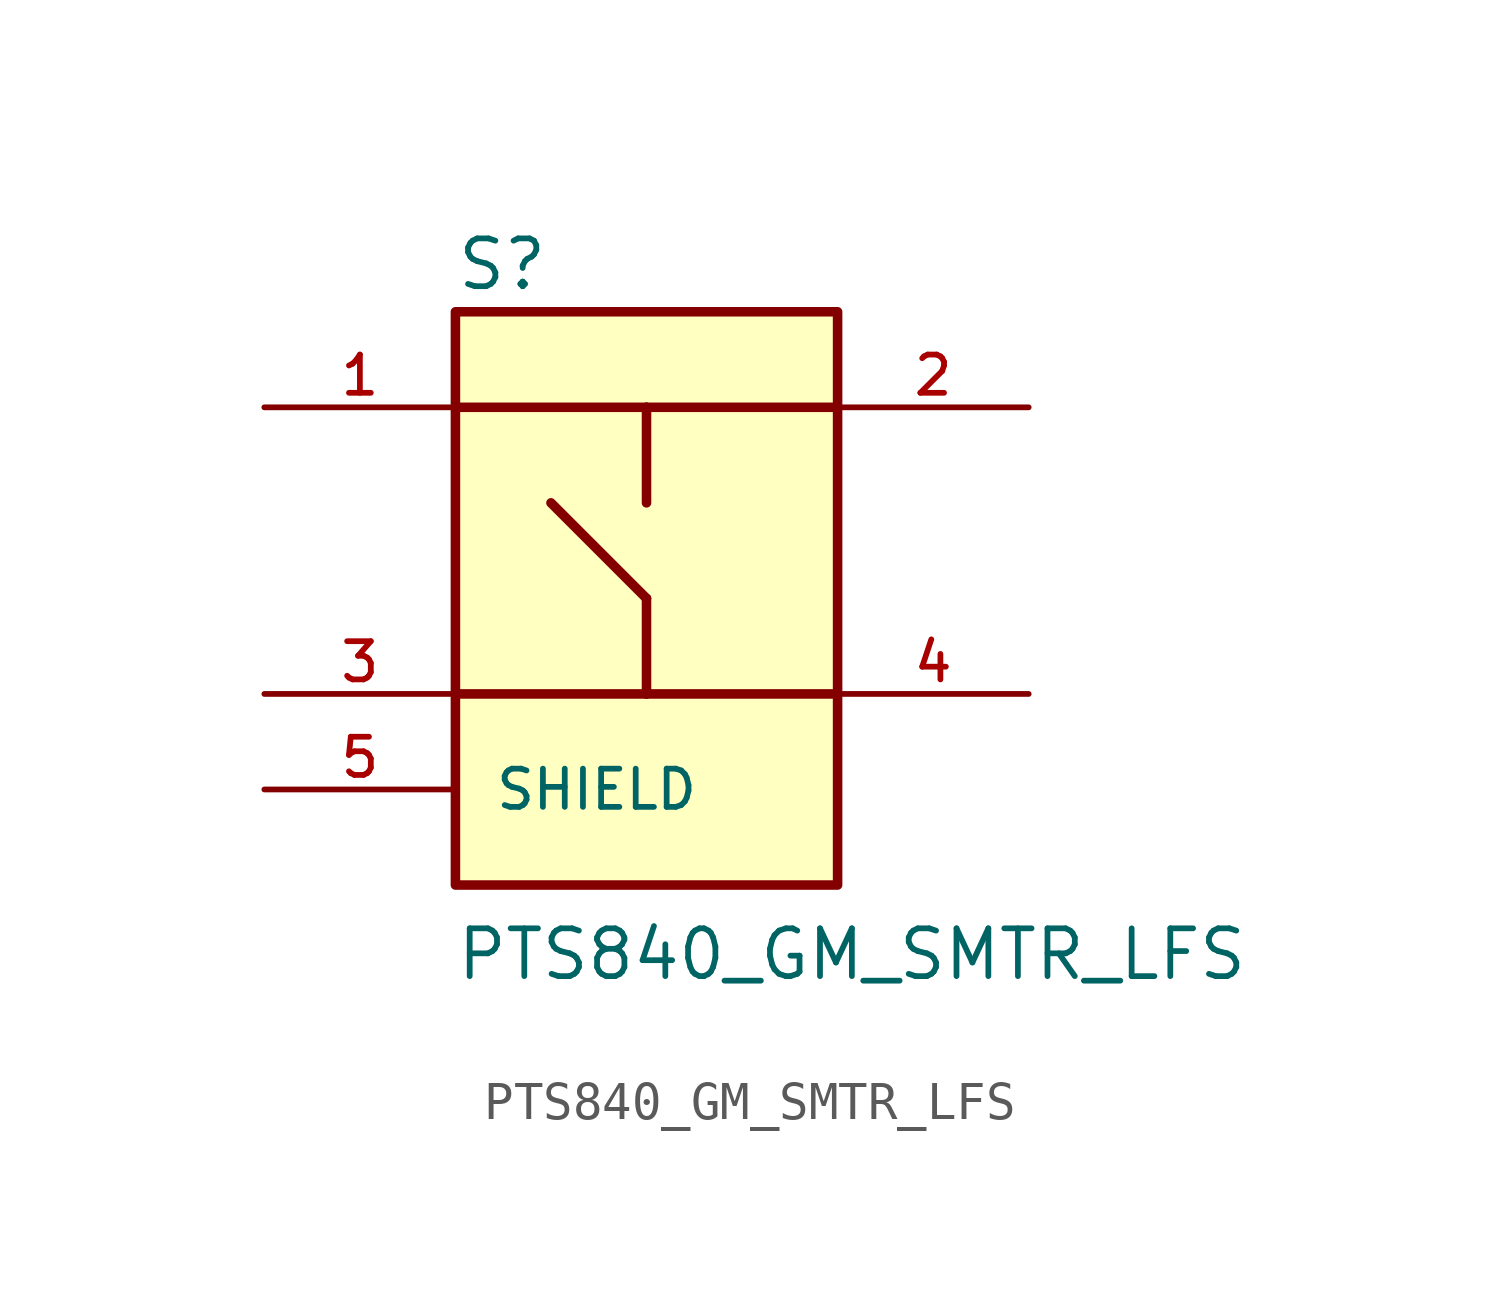
<source format=kicad_sym>
(kicad_symbol_lib
  (version 20220914)
  (generator kicad_symbol_editor)
  (symbol "PTS840_GM_SMTR_LFS"
    (pin_names
      (offset 1.016))
    (property "Reference" "S"
      (at -5.086 8.137 0)
      (effects (font (size 1.27 1.27)) (justify left bottom)))
    (property "Value" "PTS840_GM_SMTR_LFS"
      (at -5.103 -10.205 0)
      (effects (font (size 1.27 1.27)) (justify left bottom)))
    (symbol "PTS840_GM_SMTR_LFS_0_0"
      (rectangle (start -5.08 -7.62) (end 5.08 7.62) (stroke (width 0.254) (type default)) (fill (type background)))
      (polyline (pts (xy -5.08 -2.54) (xy 0 -2.54)) (stroke (width 0.254) (type default)) (fill (type none)))
      (polyline (pts (xy -5.08 5.08) (xy 0 5.08)) (stroke (width 0.254) (type default)) (fill (type none)))
      (polyline (pts (xy 0 -2.54) (xy 0 0)) (stroke (width 0.254) (type default)) (fill (type none)))
      (polyline (pts (xy 0 -2.54) (xy 5.08 -2.54)) (stroke (width 0.254) (type default)) (fill (type none)))
      (polyline (pts (xy 0 0) (xy -2.54 2.54)) (stroke (width 0.254) (type default)) (fill (type none)))
      (polyline (pts (xy 0 5.08) (xy 0 2.54)) (stroke (width 0.254) (type default)) (fill (type none)))
      (polyline (pts (xy 0 5.08) (xy 5.08 5.08)) (stroke (width 0.254) (type default)) (fill (type none)))
      (pin passive line (at -10.16 5.08 0) (length 5.08) (name "~" (effects (font (size 1.016 1.016)))) (number "1" (effects (font (size 1.016 1.016)))))
      (pin passive line (at 10.16 5.08 180) (length 5.08) (name "~" (effects (font (size 1.016 1.016)))) (number "2" (effects (font (size 1.016 1.016)))))
      (pin passive line (at -10.16 -2.54 0) (length 5.08) (name "~" (effects (font (size 1.016 1.016)))) (number "3" (effects (font (size 1.016 1.016)))))
      (pin passive line (at 10.16 -2.54 180) (length 5.08) (name "~" (effects (font (size 1.016 1.016)))) (number "4" (effects (font (size 1.016 1.016)))))
      (pin passive line (at -10.16 -5.08 0) (length 5.08) (name "SHIELD" (effects (font (size 1.016 1.016)))) (number "5" (effects (font (size 1.016 1.016))))))))
</source>
